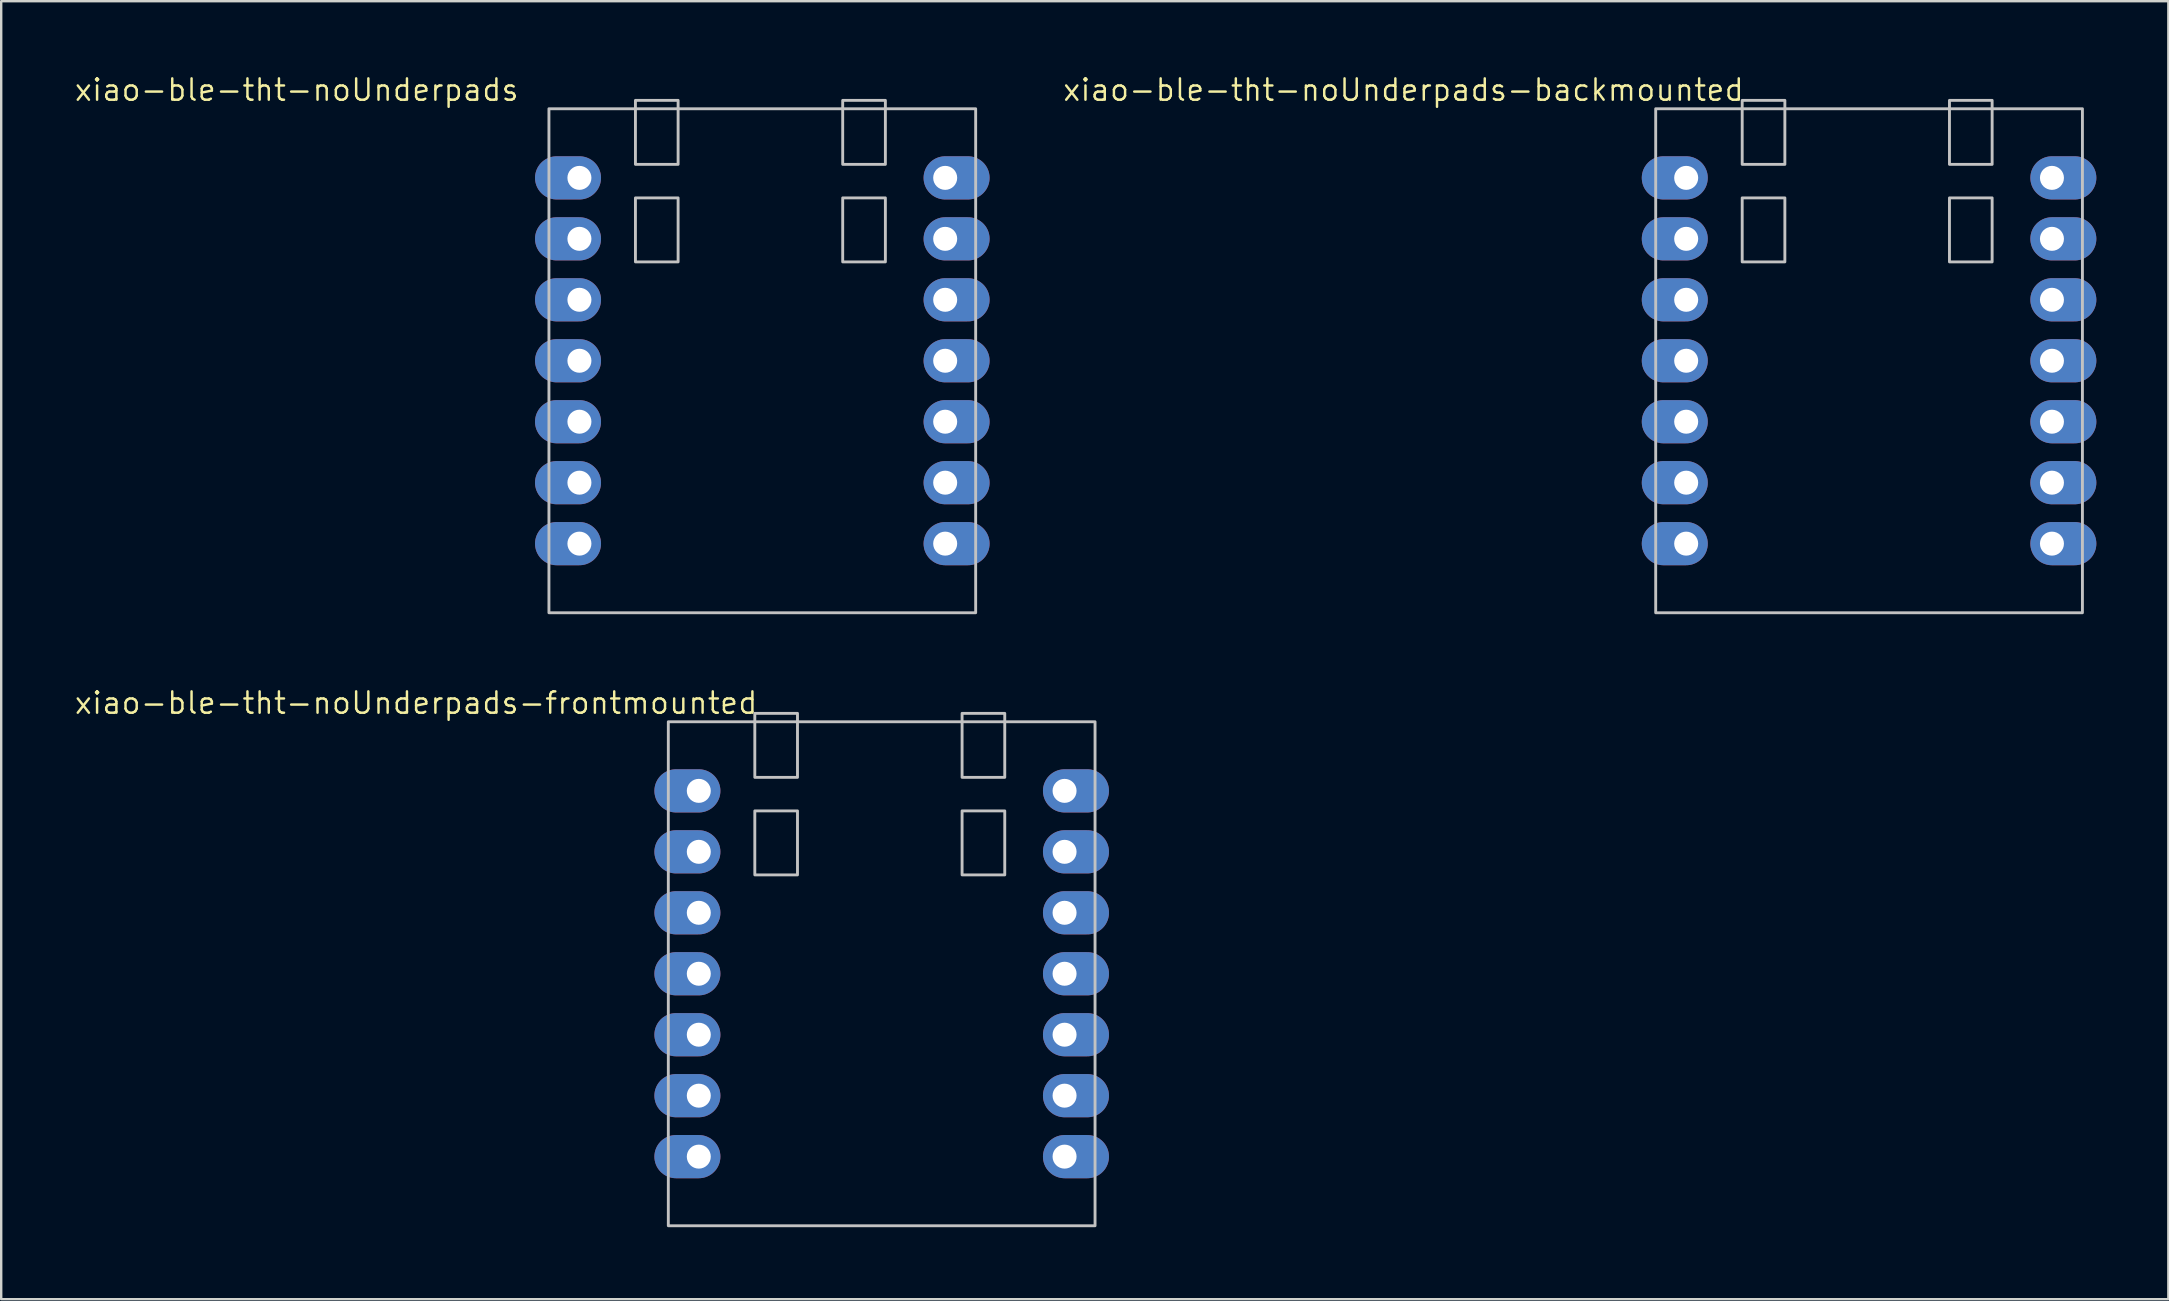
<source format=kicad_pcb>
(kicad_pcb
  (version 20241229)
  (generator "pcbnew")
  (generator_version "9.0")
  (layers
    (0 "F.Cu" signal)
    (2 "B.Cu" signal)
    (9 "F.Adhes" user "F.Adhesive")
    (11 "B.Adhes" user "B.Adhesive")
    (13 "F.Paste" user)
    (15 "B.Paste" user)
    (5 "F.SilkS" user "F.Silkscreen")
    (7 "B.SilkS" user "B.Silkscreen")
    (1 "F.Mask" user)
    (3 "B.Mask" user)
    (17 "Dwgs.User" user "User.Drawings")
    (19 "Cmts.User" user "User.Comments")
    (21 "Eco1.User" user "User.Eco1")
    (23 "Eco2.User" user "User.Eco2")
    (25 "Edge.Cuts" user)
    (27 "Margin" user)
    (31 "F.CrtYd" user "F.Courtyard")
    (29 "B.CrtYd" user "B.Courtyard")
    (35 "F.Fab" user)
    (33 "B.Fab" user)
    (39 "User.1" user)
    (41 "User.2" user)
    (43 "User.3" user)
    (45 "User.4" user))
  (footprint "xiao-ble-tht-noUnderpads"
    (layer "F.Cu")
    (at 28.712 11.981)
    (property "Reference" "xiao-ble-tht-noUnderpads" (at -19.399 -11.283 0) (layer "F.SilkS") (effects (font (size 0.889 0.889) (thickness 0.102))))
    (attr smd exclude_from_pos_files)
    (fp_rect (start -8.89 10.5) (end 8.89 -10.5) (stroke (width 0.12) (type solid)) (fill no) (layer "Dwgs.User"))
    (fp_rect (start -5.286 -6.786) (end -3.508 -4.119) (stroke (width 0.12) (type solid)) (fill no) (layer "Dwgs.User"))
    (fp_rect (start -3.508 -8.183) (end -5.286 -10.85) (stroke (width 0.12) (type solid)) (fill no) (layer "Dwgs.User"))
    (fp_rect (start 3.35 -10.85) (end 5.128 -8.183) (stroke (width 0.12) (type solid)) (fill no) (layer "Dwgs.User"))
    (fp_rect (start 3.35 -6.786) (end 5.128 -4.119) (stroke (width 0.12) (type solid)) (fill no) (layer "Dwgs.User"))
    (pad "1" thru_hole oval (at -7.62 -7.62) (size 2.75 1.8) (drill 1 (offset -0.475 0)) (layers "*.Cu" "*.Mask"))
    (pad "2" thru_hole oval (at -7.62 -5.08) (size 2.75 1.8) (drill 1 (offset -0.475 0)) (layers "*.Cu" "*.Mask"))
    (pad "3" thru_hole oval (at -7.62 -2.54) (size 2.75 1.8) (drill 1 (offset -0.475 0)) (layers "*.Cu" "*.Mask"))
    (pad "4" thru_hole oval (at -7.62 0) (size 2.75 1.8) (drill 1 (offset -0.475 0)) (layers "*.Cu" "*.Mask"))
    (pad "5" thru_hole oval (at -7.62 2.54) (size 2.75 1.8) (drill 1 (offset -0.475 0)) (layers "*.Cu" "*.Mask"))
    (pad "6" thru_hole oval (at -7.62 5.08) (size 2.75 1.8) (drill 1 (offset -0.475 0)) (layers "*.Cu" "*.Mask"))
    (pad "7" thru_hole oval (at -7.62 7.62) (size 2.75 1.8) (drill 1 (offset -0.475 0)) (layers "*.Cu" "*.Mask"))
    (pad "8" thru_hole oval (at 7.62 7.62 180) (size 2.75 1.8) (drill 1 (offset -0.475 0)) (layers "*.Cu" "*.Mask"))
    (pad "9" thru_hole oval (at 7.62 5.08 180) (size 2.75 1.8) (drill 1 (offset -0.475 0)) (layers "*.Cu" "*.Mask"))
    (pad "10" thru_hole oval (at 7.62 2.54 180) (size 2.75 1.8) (drill 1 (offset -0.475 0)) (layers "*.Cu" "*.Mask"))
    (pad "11" thru_hole oval (at 7.62 0 180) (size 2.75 1.8) (drill 1 (offset -0.475 0)) (layers "*.Cu" "*.Mask"))
    (pad "12" thru_hole oval (at 7.62 -2.54 180) (size 2.75 1.8) (drill 1 (offset -0.475 0)) (layers "*.Cu" "*.Mask"))
    (pad "13" thru_hole oval (at 7.62 -5.08 180) (size 2.75 1.8) (drill 1 (offset -0.475 0)) (layers "*.Cu" "*.Mask"))
    (pad "14" thru_hole oval (at 7.62 -7.62 180) (size 2.75 1.8) (drill 1 (offset -0.475 0)) (layers "*.Cu" "*.Mask")))
  (footprint "xiao-ble-tht-noUnderpads-backmounted"
    (layer "F.Cu")
    (at 74.826 11.981)
    (property "Reference" "xiao-ble-tht-noUnderpads-backmounted" (at -19.399 -11.283 0) (layer "F.SilkS") (effects (font (size 0.889 0.889) (thickness 0.102))))
    (attr through_hole exclude_from_pos_files)
    (fp_rect (start -8.89 10.5) (end 8.89 -10.5) (stroke (width 0.12) (type solid)) (fill no) (layer "Dwgs.User"))
    (fp_rect (start -5.286 -6.786) (end -3.508 -4.119) (stroke (width 0.12) (type solid)) (fill no) (layer "Dwgs.User"))
    (fp_rect (start -3.508 -8.183) (end -5.286 -10.85) (stroke (width 0.12) (type solid)) (fill no) (layer "Dwgs.User"))
    (fp_rect (start 3.35 -10.85) (end 5.128 -8.183) (stroke (width 0.12) (type solid)) (fill no) (layer "Dwgs.User"))
    (fp_rect (start 3.35 -6.786) (end 5.128 -4.119) (stroke (width 0.12) (type solid)) (fill no) (layer "Dwgs.User"))
    (pad "1" thru_hole oval (at -7.62 -7.62) (size 2.75 1.8) (drill 1 (offset -0.475 0)) (layers "*.Cu" "B.Mask"))
    (pad "2" thru_hole oval (at -7.62 -5.08) (size 2.75 1.8) (drill 1 (offset -0.475 0)) (layers "*.Cu" "B.Mask"))
    (pad "3" thru_hole oval (at -7.62 -2.54) (size 2.75 1.8) (drill 1 (offset -0.475 0)) (layers "*.Cu" "B.Mask"))
    (pad "4" thru_hole oval (at -7.62 0) (size 2.75 1.8) (drill 1 (offset -0.475 0)) (layers "*.Cu" "B.Mask"))
    (pad "5" thru_hole oval (at -7.62 2.54) (size 2.75 1.8) (drill 1 (offset -0.475 0)) (layers "*.Cu" "B.Mask"))
    (pad "6" thru_hole oval (at -7.62 5.08) (size 2.75 1.8) (drill 1 (offset -0.475 0)) (layers "*.Cu" "B.Mask"))
    (pad "7" thru_hole oval (at -7.62 7.62) (size 2.75 1.8) (drill 1 (offset -0.475 0)) (layers "*.Cu" "B.Mask"))
    (pad "8" thru_hole oval (at 7.62 7.62 180) (size 2.75 1.8) (drill 1 (offset -0.475 0)) (layers "*.Cu" "B.Mask"))
    (pad "9" thru_hole oval (at 7.62 5.08 180) (size 2.75 1.8) (drill 1 (offset -0.475 0)) (layers "*.Cu" "B.Mask"))
    (pad "10" thru_hole oval (at 7.62 2.54 180) (size 2.75 1.8) (drill 1 (offset -0.475 0)) (layers "*.Cu" "B.Mask"))
    (pad "11" thru_hole oval (at 7.62 0 180) (size 2.75 1.8) (drill 1 (offset -0.475 0)) (layers "*.Cu" "B.Mask"))
    (pad "12" thru_hole oval (at 7.62 -2.54 180) (size 2.75 1.8) (drill 1 (offset -0.475 0)) (layers "*.Cu" "B.Mask"))
    (pad "13" thru_hole oval (at 7.62 -5.08 180) (size 2.75 1.8) (drill 1 (offset -0.475 0)) (layers "*.Cu" "B.Mask"))
    (pad "14" thru_hole oval (at 7.62 -7.62 180) (size 2.75 1.8) (drill 1 (offset -0.475 0)) (layers "*.Cu" "B.Mask")))
  (footprint "xiao-ble-tht-noUnderpads-frontmounted"
    (layer "F.Cu")
    (at 33.686 37.522)
    (property "Reference" "xiao-ble-tht-noUnderpads-frontmounted" (at -19.399 -11.283 0) (layer "F.SilkS") (effects (font (size 0.889 0.889) (thickness 0.102))))
    (attr through_hole exclude_from_pos_files)
    (fp_rect (start -8.89 10.5) (end 8.89 -10.5) (stroke (width 0.12) (type solid)) (fill no) (layer "Dwgs.User"))
    (fp_rect (start -5.286 -6.786) (end -3.508 -4.119) (stroke (width 0.12) (type solid)) (fill no) (layer "Dwgs.User"))
    (fp_rect (start -3.508 -8.183) (end -5.286 -10.85) (stroke (width 0.12) (type solid)) (fill no) (layer "Dwgs.User"))
    (fp_rect (start 3.35 -10.85) (end 5.128 -8.183) (stroke (width 0.12) (type solid)) (fill no) (layer "Dwgs.User"))
    (fp_rect (start 3.35 -6.786) (end 5.128 -4.119) (stroke (width 0.12) (type solid)) (fill no) (layer "Dwgs.User"))
    (pad "1" thru_hole oval (at -7.62 -7.62) (size 2.75 1.8) (drill 1 (offset -0.475 0)) (layers "*.Cu" "F.Mask"))
    (pad "2" thru_hole oval (at -7.62 -5.08) (size 2.75 1.8) (drill 1 (offset -0.475 0)) (layers "*.Cu" "F.Mask"))
    (pad "3" thru_hole oval (at -7.62 -2.54) (size 2.75 1.8) (drill 1 (offset -0.475 0)) (layers "*.Cu" "F.Mask"))
    (pad "4" thru_hole oval (at -7.62 0) (size 2.75 1.8) (drill 1 (offset -0.475 0)) (layers "*.Cu" "F.Mask"))
    (pad "5" thru_hole oval (at -7.62 2.54) (size 2.75 1.8) (drill 1 (offset -0.475 0)) (layers "*.Cu" "F.Mask"))
    (pad "6" thru_hole oval (at -7.62 5.08) (size 2.75 1.8) (drill 1 (offset -0.475 0)) (layers "*.Cu" "F.Mask"))
    (pad "7" thru_hole oval (at -7.62 7.62) (size 2.75 1.8) (drill 1 (offset -0.475 0)) (layers "*.Cu" "F.Mask"))
    (pad "8" thru_hole oval (at 7.62 7.62 180) (size 2.75 1.8) (drill 1 (offset -0.475 0)) (layers "*.Cu" "F.Mask"))
    (pad "9" thru_hole oval (at 7.62 5.08 180) (size 2.75 1.8) (drill 1 (offset -0.475 0)) (layers "*.Cu" "F.Mask"))
    (pad "10" thru_hole oval (at 7.62 2.54 180) (size 2.75 1.8) (drill 1 (offset -0.475 0)) (layers "*.Cu" "F.Mask"))
    (pad "11" thru_hole oval (at 7.62 0 180) (size 2.75 1.8) (drill 1 (offset -0.475 0)) (layers "*.Cu" "F.Mask"))
    (pad "12" thru_hole oval (at 7.62 -2.54 180) (size 2.75 1.8) (drill 1 (offset -0.475 0)) (layers "*.Cu" "F.Mask"))
    (pad "13" thru_hole oval (at 7.62 -5.08 180) (size 2.75 1.8) (drill 1 (offset -0.475 0)) (layers "*.Cu" "F.Mask"))
    (pad "14" thru_hole oval (at 7.62 -7.62 180) (size 2.75 1.8) (drill 1 (offset -0.475 0)) (layers "*.Cu" "F.Mask")))
  (gr_rect
    (start -3 -3)
    (end 87.296 51.082)
    (stroke (width 0.1) (type default))
    (fill no)
    (layer "Edge.Cuts")))
</source>
